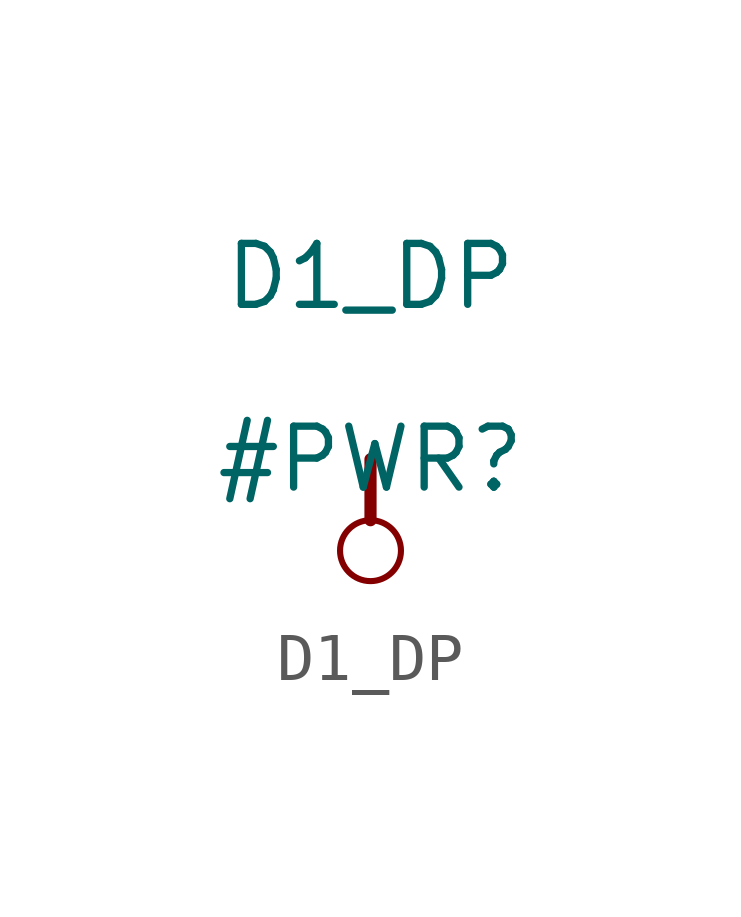
<source format=kicad_sym>
(kicad_symbol_lib
  (version 20211014)
  (generator kicad_symbol_editor)
  (symbol "D1_DP"
    (power)
    (property "Reference" "#PWR"
      (at 0 0 0)
      (effects (font (size 1.27 1.27))))
    (property "Value" "D1_DP"
      (at 0 3.81 0)
      (effects (font (size 1.27 1.27))))
    (symbol "D1_DP_0_0"
      (circle (center 0 -1.905) (radius 0.635) (stroke (width 0.127) (type default) (color 0 0 0 0)) (fill (type none)))
      (polyline (pts (xy 0 0) (xy 0 -1.27)) (stroke (width 0.254) (type default) (color 0 0 0 0)) (fill (type none)))
      (pin power_in line (at 0 0 0) (length 0) hide (name "D1_DP" (effects (font (size 1.27 1.27)))) (number "" (effects (font (size 1.27 1.27))))))))
</source>
